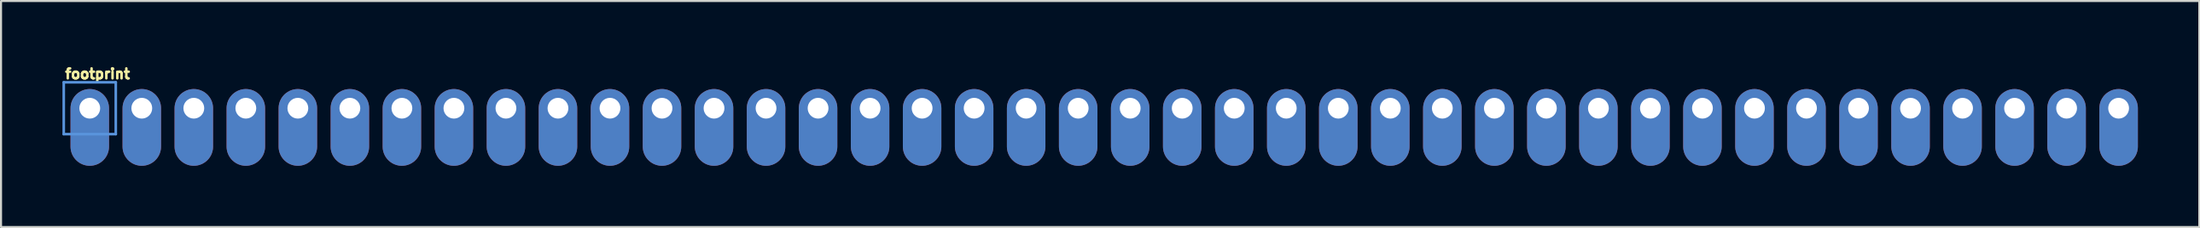
<source format=kicad_pcb>
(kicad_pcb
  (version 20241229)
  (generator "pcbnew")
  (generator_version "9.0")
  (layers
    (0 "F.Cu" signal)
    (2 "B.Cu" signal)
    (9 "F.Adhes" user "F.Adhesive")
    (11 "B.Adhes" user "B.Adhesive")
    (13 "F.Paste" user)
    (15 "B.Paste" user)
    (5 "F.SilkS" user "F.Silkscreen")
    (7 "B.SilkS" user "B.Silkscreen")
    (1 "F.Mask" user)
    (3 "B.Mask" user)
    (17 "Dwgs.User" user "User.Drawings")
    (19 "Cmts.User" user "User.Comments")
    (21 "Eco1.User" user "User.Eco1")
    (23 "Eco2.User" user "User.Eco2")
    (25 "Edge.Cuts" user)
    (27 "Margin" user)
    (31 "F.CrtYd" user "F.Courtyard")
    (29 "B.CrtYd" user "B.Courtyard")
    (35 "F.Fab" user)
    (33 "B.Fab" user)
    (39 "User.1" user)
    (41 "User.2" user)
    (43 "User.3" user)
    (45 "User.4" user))
  (footprint "footprint"
    (layer "F.Cu")
    (at 1.333 2.25)
    (property "Reference" "footprint" (at -1.27 -1.397 0) (layer "F.SilkS") (effects (font (size 0.488 0.488) (thickness 0.122)) (justify left bottom)))
    (fp_line (start -1.27 -1.27) (end -1.27 1.27) (stroke (width 0.127) (type solid)) (layer "Cmts.User"))
    (fp_line (start -1.27 1.27) (end 1.27 1.27) (stroke (width 0.127) (type solid)) (layer "Cmts.User"))
    (fp_line (start 1.27 -1.27) (end -1.27 -1.27) (stroke (width 0.127) (type solid)) (layer "Cmts.User"))
    (fp_line (start 1.27 1.27) (end 1.27 -1.27) (stroke (width 0.127) (type solid)) (layer "Cmts.User"))
    (fp_poly (pts (xy -0.254 0.254) (xy 0.254 0.254) (xy 0.254 -0.254) (xy -0.254 -0.254)) (stroke (width 0.1) (type solid)) (fill no) (layer "F.Fab"))
    (fp_poly (pts (xy 2.286 0.254) (xy 2.794 0.254) (xy 2.794 -0.254) (xy 2.286 -0.254)) (stroke (width 0.1) (type solid)) (fill no) (layer "F.Fab"))
    (fp_poly (pts (xy 4.826 0.254) (xy 5.334 0.254) (xy 5.334 -0.254) (xy 4.826 -0.254)) (stroke (width 0.1) (type solid)) (fill no) (layer "F.Fab"))
    (fp_poly (pts (xy 7.366 0.254) (xy 7.874 0.254) (xy 7.874 -0.254) (xy 7.366 -0.254)) (stroke (width 0.1) (type solid)) (fill no) (layer "F.Fab"))
    (fp_poly (pts (xy 9.906 0.254) (xy 10.414 0.254) (xy 10.414 -0.254) (xy 9.906 -0.254)) (stroke (width 0.1) (type solid)) (fill no) (layer "F.Fab"))
    (fp_poly (pts (xy 12.446 0.254) (xy 12.954 0.254) (xy 12.954 -0.254) (xy 12.446 -0.254)) (stroke (width 0.1) (type solid)) (fill no) (layer "F.Fab"))
    (fp_poly (pts (xy 14.986 0.254) (xy 15.494 0.254) (xy 15.494 -0.254) (xy 14.986 -0.254)) (stroke (width 0.1) (type solid)) (fill no) (layer "F.Fab"))
    (fp_poly (pts (xy 17.526 0.254) (xy 18.034 0.254) (xy 18.034 -0.254) (xy 17.526 -0.254)) (stroke (width 0.1) (type solid)) (fill no) (layer "F.Fab"))
    (fp_poly (pts (xy 20.066 0.254) (xy 20.574 0.254) (xy 20.574 -0.254) (xy 20.066 -0.254)) (stroke (width 0.1) (type solid)) (fill no) (layer "F.Fab"))
    (fp_poly (pts (xy 22.606 0.254) (xy 23.114 0.254) (xy 23.114 -0.254) (xy 22.606 -0.254)) (stroke (width 0.1) (type solid)) (fill no) (layer "F.Fab"))
    (fp_poly (pts (xy 25.146 0.254) (xy 25.654 0.254) (xy 25.654 -0.254) (xy 25.146 -0.254)) (stroke (width 0.1) (type solid)) (fill no) (layer "F.Fab"))
    (fp_poly (pts (xy 27.686 0.254) (xy 28.194 0.254) (xy 28.194 -0.254) (xy 27.686 -0.254)) (stroke (width 0.1) (type solid)) (fill no) (layer "F.Fab"))
    (fp_poly (pts (xy 30.226 0.254) (xy 30.734 0.254) (xy 30.734 -0.254) (xy 30.226 -0.254)) (stroke (width 0.1) (type solid)) (fill no) (layer "F.Fab"))
    (fp_poly (pts (xy 32.766 0.254) (xy 33.274 0.254) (xy 33.274 -0.254) (xy 32.766 -0.254)) (stroke (width 0.1) (type solid)) (fill no) (layer "F.Fab"))
    (fp_poly (pts (xy 35.306 0.254) (xy 35.814 0.254) (xy 35.814 -0.254) (xy 35.306 -0.254)) (stroke (width 0.1) (type solid)) (fill no) (layer "F.Fab"))
    (fp_poly (pts (xy 37.846 0.254) (xy 38.354 0.254) (xy 38.354 -0.254) (xy 37.846 -0.254)) (stroke (width 0.1) (type solid)) (fill no) (layer "F.Fab"))
    (fp_poly (pts (xy 40.386 0.254) (xy 40.894 0.254) (xy 40.894 -0.254) (xy 40.386 -0.254)) (stroke (width 0.1) (type solid)) (fill no) (layer "F.Fab"))
    (fp_poly (pts (xy 42.926 0.254) (xy 43.434 0.254) (xy 43.434 -0.254) (xy 42.926 -0.254)) (stroke (width 0.1) (type solid)) (fill no) (layer "F.Fab"))
    (fp_poly (pts (xy 45.466 0.254) (xy 45.974 0.254) (xy 45.974 -0.254) (xy 45.466 -0.254)) (stroke (width 0.1) (type solid)) (fill no) (layer "F.Fab"))
    (fp_poly (pts (xy 48.006 0.254) (xy 48.514 0.254) (xy 48.514 -0.254) (xy 48.006 -0.254)) (stroke (width 0.1) (type solid)) (fill no) (layer "F.Fab"))
    (fp_poly (pts (xy 50.546 0.254) (xy 51.054 0.254) (xy 51.054 -0.254) (xy 50.546 -0.254)) (stroke (width 0.1) (type solid)) (fill no) (layer "F.Fab"))
    (fp_poly (pts (xy 53.086 0.254) (xy 53.594 0.254) (xy 53.594 -0.254) (xy 53.086 -0.254)) (stroke (width 0.1) (type solid)) (fill no) (layer "F.Fab"))
    (fp_poly (pts (xy 55.626 0.254) (xy 56.134 0.254) (xy 56.134 -0.254) (xy 55.626 -0.254)) (stroke (width 0.1) (type solid)) (fill no) (layer "F.Fab"))
    (fp_poly (pts (xy 58.166 0.254) (xy 58.674 0.254) (xy 58.674 -0.254) (xy 58.166 -0.254)) (stroke (width 0.1) (type solid)) (fill no) (layer "F.Fab"))
    (fp_poly (pts (xy 60.706 0.254) (xy 61.214 0.254) (xy 61.214 -0.254) (xy 60.706 -0.254)) (stroke (width 0.1) (type solid)) (fill no) (layer "F.Fab"))
    (fp_poly (pts (xy 63.246 0.254) (xy 63.754 0.254) (xy 63.754 -0.254) (xy 63.246 -0.254)) (stroke (width 0.1) (type solid)) (fill no) (layer "F.Fab"))
    (fp_poly (pts (xy 65.786 0.254) (xy 66.294 0.254) (xy 66.294 -0.254) (xy 65.786 -0.254)) (stroke (width 0.1) (type solid)) (fill no) (layer "F.Fab"))
    (fp_poly (pts (xy 68.326 0.254) (xy 68.834 0.254) (xy 68.834 -0.254) (xy 68.326 -0.254)) (stroke (width 0.1) (type solid)) (fill no) (layer "F.Fab"))
    (fp_poly (pts (xy 70.866 0.254) (xy 71.374 0.254) (xy 71.374 -0.254) (xy 70.866 -0.254)) (stroke (width 0.1) (type solid)) (fill no) (layer "F.Fab"))
    (fp_poly (pts (xy 73.406 0.254) (xy 73.914 0.254) (xy 73.914 -0.254) (xy 73.406 -0.254)) (stroke (width 0.1) (type solid)) (fill no) (layer "F.Fab"))
    (fp_poly (pts (xy 75.946 0.254) (xy 76.454 0.254) (xy 76.454 -0.254) (xy 75.946 -0.254)) (stroke (width 0.1) (type solid)) (fill no) (layer "F.Fab"))
    (fp_poly (pts (xy 78.486 0.254) (xy 78.994 0.254) (xy 78.994 -0.254) (xy 78.486 -0.254)) (stroke (width 0.1) (type solid)) (fill no) (layer "F.Fab"))
    (fp_poly (pts (xy 81.026 0.254) (xy 81.534 0.254) (xy 81.534 -0.254) (xy 81.026 -0.254)) (stroke (width 0.1) (type solid)) (fill no) (layer "F.Fab"))
    (fp_poly (pts (xy 83.566 0.254) (xy 84.074 0.254) (xy 84.074 -0.254) (xy 83.566 -0.254)) (stroke (width 0.1) (type solid)) (fill no) (layer "F.Fab"))
    (fp_poly (pts (xy 86.106 0.254) (xy 86.614 0.254) (xy 86.614 -0.254) (xy 86.106 -0.254)) (stroke (width 0.1) (type solid)) (fill no) (layer "F.Fab"))
    (fp_poly (pts (xy 88.646 0.254) (xy 89.154 0.254) (xy 89.154 -0.254) (xy 88.646 -0.254)) (stroke (width 0.1) (type solid)) (fill no) (layer "F.Fab"))
    (fp_poly (pts (xy 91.186 0.254) (xy 91.694 0.254) (xy 91.694 -0.254) (xy 91.186 -0.254)) (stroke (width 0.1) (type solid)) (fill no) (layer "F.Fab"))
    (fp_poly (pts (xy 93.726 0.254) (xy 94.234 0.254) (xy 94.234 -0.254) (xy 93.726 -0.254)) (stroke (width 0.1) (type solid)) (fill no) (layer "F.Fab"))
    (fp_poly (pts (xy 96.266 0.254) (xy 96.774 0.254) (xy 96.774 -0.254) (xy 96.266 -0.254)) (stroke (width 0.1) (type solid)) (fill no) (layer "F.Fab"))
    (fp_poly (pts (xy 98.806 0.254) (xy 99.314 0.254) (xy 99.314 -0.254) (xy 98.806 -0.254)) (stroke (width 0.1) (type solid)) (fill no) (layer "F.Fab"))
    (pad "1" thru_hole oval (at 0 0 270) (size 3.759 1.88) (drill 1.016 (offset 0.94 0)) (layers "*.Cu" "*.Mask"))
    (pad "2" thru_hole oval (at 2.54 0 270) (size 3.759 1.88) (drill 1.016 (offset 0.94 0)) (layers "*.Cu" "*.Mask"))
    (pad "3" thru_hole oval (at 5.08 0 270) (size 3.759 1.88) (drill 1.016 (offset 0.94 0)) (layers "*.Cu" "*.Mask"))
    (pad "4" thru_hole oval (at 7.62 0 270) (size 3.759 1.88) (drill 1.016 (offset 0.94 0)) (layers "*.Cu" "*.Mask"))
    (pad "5" thru_hole oval (at 10.16 0 270) (size 3.759 1.88) (drill 1.016 (offset 0.94 0)) (layers "*.Cu" "*.Mask"))
    (pad "6" thru_hole oval (at 12.7 0 270) (size 3.759 1.88) (drill 1.016 (offset 0.94 0)) (layers "*.Cu" "*.Mask"))
    (pad "7" thru_hole oval (at 15.24 0 270) (size 3.759 1.88) (drill 1.016 (offset 0.94 0)) (layers "*.Cu" "*.Mask"))
    (pad "8" thru_hole oval (at 17.78 0 270) (size 3.759 1.88) (drill 1.016 (offset 0.94 0)) (layers "*.Cu" "*.Mask"))
    (pad "9" thru_hole oval (at 20.32 0 270) (size 3.759 1.88) (drill 1.016 (offset 0.94 0)) (layers "*.Cu" "*.Mask"))
    (pad "10" thru_hole oval (at 22.86 0 270) (size 3.759 1.88) (drill 1.016 (offset 0.94 0)) (layers "*.Cu" "*.Mask"))
    (pad "11" thru_hole oval (at 25.4 0 270) (size 3.759 1.88) (drill 1.016 (offset 0.94 0)) (layers "*.Cu" "*.Mask"))
    (pad "12" thru_hole oval (at 27.94 0 270) (size 3.759 1.88) (drill 1.016 (offset 0.94 0)) (layers "*.Cu" "*.Mask"))
    (pad "13" thru_hole oval (at 30.48 0 270) (size 3.759 1.88) (drill 1.016 (offset 0.94 0)) (layers "*.Cu" "*.Mask"))
    (pad "14" thru_hole oval (at 33.02 0 270) (size 3.759 1.88) (drill 1.016 (offset 0.94 0)) (layers "*.Cu" "*.Mask"))
    (pad "15" thru_hole oval (at 35.56 0 270) (size 3.759 1.88) (drill 1.016 (offset 0.94 0)) (layers "*.Cu" "*.Mask"))
    (pad "16" thru_hole oval (at 38.1 0 270) (size 3.759 1.88) (drill 1.016 (offset 0.94 0)) (layers "*.Cu" "*.Mask"))
    (pad "17" thru_hole oval (at 40.64 0 270) (size 3.759 1.88) (drill 1.016 (offset 0.94 0)) (layers "*.Cu" "*.Mask"))
    (pad "18" thru_hole oval (at 43.18 0 270) (size 3.759 1.88) (drill 1.016 (offset 0.94 0)) (layers "*.Cu" "*.Mask"))
    (pad "19" thru_hole oval (at 45.72 0 270) (size 3.759 1.88) (drill 1.016 (offset 0.94 0)) (layers "*.Cu" "*.Mask"))
    (pad "20" thru_hole oval (at 48.26 0 270) (size 3.759 1.88) (drill 1.016 (offset 0.94 0)) (layers "*.Cu" "*.Mask"))
    (pad "21" thru_hole oval (at 50.8 0 270) (size 3.759 1.88) (drill 1.016 (offset 0.94 0)) (layers "*.Cu" "*.Mask"))
    (pad "22" thru_hole oval (at 53.34 0 270) (size 3.759 1.88) (drill 1.016 (offset 0.94 0)) (layers "*.Cu" "*.Mask"))
    (pad "23" thru_hole oval (at 55.88 0 270) (size 3.759 1.88) (drill 1.016 (offset 0.94 0)) (layers "*.Cu" "*.Mask"))
    (pad "24" thru_hole oval (at 58.42 0 270) (size 3.759 1.88) (drill 1.016 (offset 0.94 0)) (layers "*.Cu" "*.Mask"))
    (pad "25" thru_hole oval (at 60.96 0 270) (size 3.759 1.88) (drill 1.016 (offset 0.94 0)) (layers "*.Cu" "*.Mask"))
    (pad "26" thru_hole oval (at 63.5 0 270) (size 3.759 1.88) (drill 1.016 (offset 0.94 0)) (layers "*.Cu" "*.Mask"))
    (pad "27" thru_hole oval (at 66.04 0 270) (size 3.759 1.88) (drill 1.016 (offset 0.94 0)) (layers "*.Cu" "*.Mask"))
    (pad "28" thru_hole oval (at 68.58 0 270) (size 3.759 1.88) (drill 1.016 (offset 0.94 0)) (layers "*.Cu" "*.Mask"))
    (pad "29" thru_hole oval (at 71.12 0 270) (size 3.759 1.88) (drill 1.016 (offset 0.94 0)) (layers "*.Cu" "*.Mask"))
    (pad "30" thru_hole oval (at 73.66 0 270) (size 3.759 1.88) (drill 1.016 (offset 0.94 0)) (layers "*.Cu" "*.Mask"))
    (pad "31" thru_hole oval (at 76.2 0 270) (size 3.759 1.88) (drill 1.016 (offset 0.94 0)) (layers "*.Cu" "*.Mask"))
    (pad "32" thru_hole oval (at 78.74 0 270) (size 3.759 1.88) (drill 1.016 (offset 0.94 0)) (layers "*.Cu" "*.Mask"))
    (pad "33" thru_hole oval (at 81.28 0 270) (size 3.759 1.88) (drill 1.016 (offset 0.94 0)) (layers "*.Cu" "*.Mask"))
    (pad "34" thru_hole oval (at 83.82 0 270) (size 3.759 1.88) (drill 1.016 (offset 0.94 0)) (layers "*.Cu" "*.Mask"))
    (pad "35" thru_hole oval (at 86.36 0 270) (size 3.759 1.88) (drill 1.016 (offset 0.94 0)) (layers "*.Cu" "*.Mask"))
    (pad "36" thru_hole oval (at 88.9 0 270) (size 3.759 1.88) (drill 1.016 (offset 0.94 0)) (layers "*.Cu" "*.Mask"))
    (pad "37" thru_hole oval (at 91.44 0 270) (size 3.759 1.88) (drill 1.016 (offset 0.94 0)) (layers "*.Cu" "*.Mask"))
    (pad "38" thru_hole oval (at 93.98 0 270) (size 3.759 1.88) (drill 1.016 (offset 0.94 0)) (layers "*.Cu" "*.Mask"))
    (pad "39" thru_hole oval (at 96.52 0 270) (size 3.759 1.88) (drill 1.016 (offset 0.94 0)) (layers "*.Cu" "*.Mask"))
    (pad "40" thru_hole oval (at 99.06 0 270) (size 3.759 1.88) (drill 1.016 (offset 0.94 0)) (layers "*.Cu" "*.Mask")))
  (gr_rect
    (start -3 -3)
    (end 104.333 8.07)
    (stroke (width 0.1) (type default))
    (fill no)
    (layer "Edge.Cuts")))
</source>
